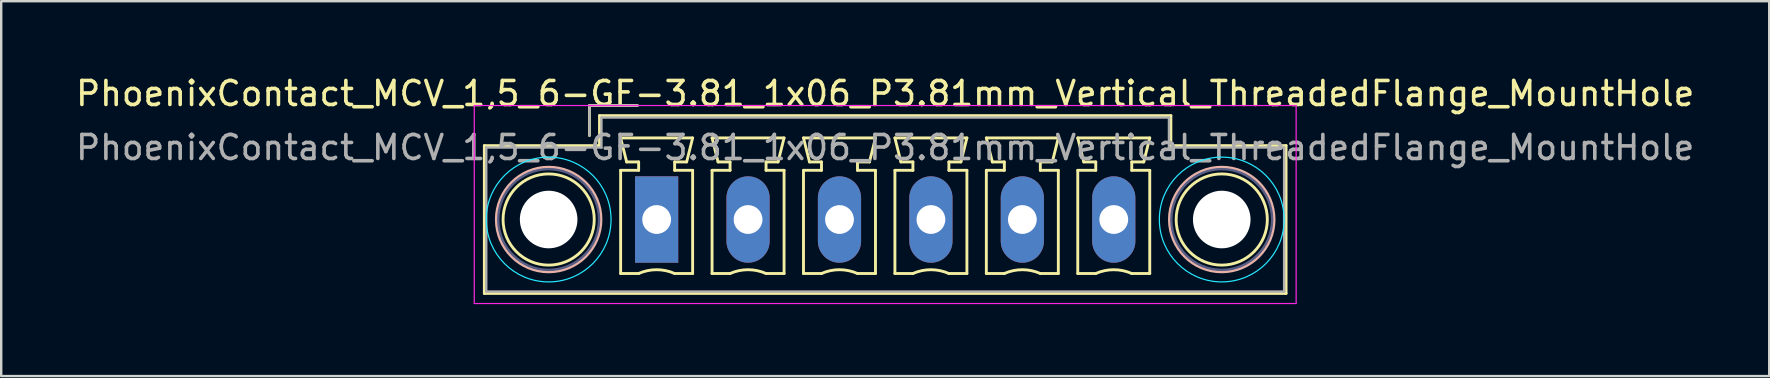
<source format=kicad_pcb>
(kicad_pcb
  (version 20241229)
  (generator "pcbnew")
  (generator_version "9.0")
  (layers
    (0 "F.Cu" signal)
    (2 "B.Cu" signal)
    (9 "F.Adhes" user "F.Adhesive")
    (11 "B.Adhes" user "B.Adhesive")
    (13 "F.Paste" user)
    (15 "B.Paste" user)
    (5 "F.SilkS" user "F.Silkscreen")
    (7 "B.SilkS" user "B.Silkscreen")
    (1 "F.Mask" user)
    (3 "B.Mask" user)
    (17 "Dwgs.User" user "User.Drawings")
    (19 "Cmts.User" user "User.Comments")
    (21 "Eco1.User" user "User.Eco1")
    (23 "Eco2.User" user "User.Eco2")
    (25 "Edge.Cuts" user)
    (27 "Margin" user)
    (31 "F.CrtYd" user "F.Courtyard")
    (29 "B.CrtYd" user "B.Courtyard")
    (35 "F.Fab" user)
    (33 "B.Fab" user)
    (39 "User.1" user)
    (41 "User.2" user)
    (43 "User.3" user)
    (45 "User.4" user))
  (footprint "PhoenixContact_MCV_1,5_6-GF-3.81_1x06_P3.81mm_Vertical_ThreadedFlange_MountHole"
    (layer "F.Cu")
    (at 24.314 6.098)
    (property "Reference" "PhoenixContact_MCV_1,5_6-GF-3.81_1x06_P3.81mm_Vertical_ThreadedFlange_MountHole" (at 9.525 -5.25 0) (layer "F.SilkS") (effects (font (size 1 1) (thickness 0.15))))
    (attr through_hole)
    (fp_line (start -7.18 -3.08) (end -7.18 3.08) (stroke (width 0.12) (type solid)) (layer "F.SilkS"))
    (fp_line (start -7.18 3.08) (end 26.23 3.08) (stroke (width 0.12) (type solid)) (layer "F.SilkS"))
    (fp_line (start -2.8 -4.75) (end -0.8 -4.75) (stroke (width 0.12) (type solid)) (layer "F.SilkS"))
    (fp_line (start -2.8 -3.5) (end -2.8 -4.75) (stroke (width 0.12) (type solid)) (layer "F.SilkS"))
    (fp_line (start -2.38 -4.33) (end -2.38 -3.08) (stroke (width 0.12) (type solid)) (layer "F.SilkS"))
    (fp_line (start -2.38 -3.08) (end -7.18 -3.08) (stroke (width 0.12) (type solid)) (layer "F.SilkS"))
    (fp_line (start -1.5 -3.4) (end 1.5 -3.4) (stroke (width 0.12) (type solid)) (layer "F.SilkS"))
    (fp_line (start -1.5 -2.05) (end -0.75 -2.05) (stroke (width 0.12) (type solid)) (layer "F.SilkS"))
    (fp_line (start -1.5 2.25) (end -1.5 -2.05) (stroke (width 0.12) (type solid)) (layer "F.SilkS"))
    (fp_line (start -1.25 -2.4) (end -1.5 -3.4) (stroke (width 0.12) (type solid)) (layer "F.SilkS"))
    (fp_line (start -0.75 -2.4) (end -1.25 -2.4) (stroke (width 0.12) (type solid)) (layer "F.SilkS"))
    (fp_line (start -0.75 -2.05) (end -0.75 -2.4) (stroke (width 0.12) (type solid)) (layer "F.SilkS"))
    (fp_line (start -0.75 2.25) (end -1.5 2.25) (stroke (width 0.12) (type solid)) (layer "F.SilkS"))
    (fp_line (start 0.75 -2.4) (end 0.75 -2.05) (stroke (width 0.12) (type solid)) (layer "F.SilkS"))
    (fp_line (start 0.75 -2.05) (end 1.5 -2.05) (stroke (width 0.12) (type solid)) (layer "F.SilkS"))
    (fp_line (start 1.25 -2.4) (end 0.75 -2.4) (stroke (width 0.12) (type solid)) (layer "F.SilkS"))
    (fp_line (start 1.5 -3.4) (end 1.25 -2.4) (stroke (width 0.12) (type solid)) (layer "F.SilkS"))
    (fp_line (start 1.5 -2.05) (end 1.5 2.25) (stroke (width 0.12) (type solid)) (layer "F.SilkS"))
    (fp_line (start 1.5 2.25) (end 0.75 2.25) (stroke (width 0.12) (type solid)) (layer "F.SilkS"))
    (fp_line (start 2.31 -3.4) (end 5.31 -3.4) (stroke (width 0.12) (type solid)) (layer "F.SilkS"))
    (fp_line (start 2.31 -2.05) (end 3.06 -2.05) (stroke (width 0.12) (type solid)) (layer "F.SilkS"))
    (fp_line (start 2.31 2.25) (end 2.31 -2.05) (stroke (width 0.12) (type solid)) (layer "F.SilkS"))
    (fp_line (start 2.56 -2.4) (end 2.31 -3.4) (stroke (width 0.12) (type solid)) (layer "F.SilkS"))
    (fp_line (start 3.06 -2.4) (end 2.56 -2.4) (stroke (width 0.12) (type solid)) (layer "F.SilkS"))
    (fp_line (start 3.06 -2.05) (end 3.06 -2.4) (stroke (width 0.12) (type solid)) (layer "F.SilkS"))
    (fp_line (start 3.06 2.25) (end 2.31 2.25) (stroke (width 0.12) (type solid)) (layer "F.SilkS"))
    (fp_line (start 4.56 -2.4) (end 4.56 -2.05) (stroke (width 0.12) (type solid)) (layer "F.SilkS"))
    (fp_line (start 4.56 -2.05) (end 5.31 -2.05) (stroke (width 0.12) (type solid)) (layer "F.SilkS"))
    (fp_line (start 5.06 -2.4) (end 4.56 -2.4) (stroke (width 0.12) (type solid)) (layer "F.SilkS"))
    (fp_line (start 5.31 -3.4) (end 5.06 -2.4) (stroke (width 0.12) (type solid)) (layer "F.SilkS"))
    (fp_line (start 5.31 -2.05) (end 5.31 2.25) (stroke (width 0.12) (type solid)) (layer "F.SilkS"))
    (fp_line (start 5.31 2.25) (end 4.56 2.25) (stroke (width 0.12) (type solid)) (layer "F.SilkS"))
    (fp_line (start 6.12 -3.4) (end 9.12 -3.4) (stroke (width 0.12) (type solid)) (layer "F.SilkS"))
    (fp_line (start 6.12 -2.05) (end 6.87 -2.05) (stroke (width 0.12) (type solid)) (layer "F.SilkS"))
    (fp_line (start 6.12 2.25) (end 6.12 -2.05) (stroke (width 0.12) (type solid)) (layer "F.SilkS"))
    (fp_line (start 6.37 -2.4) (end 6.12 -3.4) (stroke (width 0.12) (type solid)) (layer "F.SilkS"))
    (fp_line (start 6.87 -2.4) (end 6.37 -2.4) (stroke (width 0.12) (type solid)) (layer "F.SilkS"))
    (fp_line (start 6.87 -2.05) (end 6.87 -2.4) (stroke (width 0.12) (type solid)) (layer "F.SilkS"))
    (fp_line (start 6.87 2.25) (end 6.12 2.25) (stroke (width 0.12) (type solid)) (layer "F.SilkS"))
    (fp_line (start 8.37 -2.4) (end 8.37 -2.05) (stroke (width 0.12) (type solid)) (layer "F.SilkS"))
    (fp_line (start 8.37 -2.05) (end 9.12 -2.05) (stroke (width 0.12) (type solid)) (layer "F.SilkS"))
    (fp_line (start 8.87 -2.4) (end 8.37 -2.4) (stroke (width 0.12) (type solid)) (layer "F.SilkS"))
    (fp_line (start 9.12 -3.4) (end 8.87 -2.4) (stroke (width 0.12) (type solid)) (layer "F.SilkS"))
    (fp_line (start 9.12 -2.05) (end 9.12 2.25) (stroke (width 0.12) (type solid)) (layer "F.SilkS"))
    (fp_line (start 9.12 2.25) (end 8.37 2.25) (stroke (width 0.12) (type solid)) (layer "F.SilkS"))
    (fp_line (start 9.93 -3.4) (end 12.93 -3.4) (stroke (width 0.12) (type solid)) (layer "F.SilkS"))
    (fp_line (start 9.93 -2.05) (end 10.68 -2.05) (stroke (width 0.12) (type solid)) (layer "F.SilkS"))
    (fp_line (start 9.93 2.25) (end 9.93 -2.05) (stroke (width 0.12) (type solid)) (layer "F.SilkS"))
    (fp_line (start 10.18 -2.4) (end 9.93 -3.4) (stroke (width 0.12) (type solid)) (layer "F.SilkS"))
    (fp_line (start 10.68 -2.4) (end 10.18 -2.4) (stroke (width 0.12) (type solid)) (layer "F.SilkS"))
    (fp_line (start 10.68 -2.05) (end 10.68 -2.4) (stroke (width 0.12) (type solid)) (layer "F.SilkS"))
    (fp_line (start 10.68 2.25) (end 9.93 2.25) (stroke (width 0.12) (type solid)) (layer "F.SilkS"))
    (fp_line (start 12.18 -2.4) (end 12.18 -2.05) (stroke (width 0.12) (type solid)) (layer "F.SilkS"))
    (fp_line (start 12.18 -2.05) (end 12.93 -2.05) (stroke (width 0.12) (type solid)) (layer "F.SilkS"))
    (fp_line (start 12.68 -2.4) (end 12.18 -2.4) (stroke (width 0.12) (type solid)) (layer "F.SilkS"))
    (fp_line (start 12.93 -3.4) (end 12.68 -2.4) (stroke (width 0.12) (type solid)) (layer "F.SilkS"))
    (fp_line (start 12.93 -2.05) (end 12.93 2.25) (stroke (width 0.12) (type solid)) (layer "F.SilkS"))
    (fp_line (start 12.93 2.25) (end 12.18 2.25) (stroke (width 0.12) (type solid)) (layer "F.SilkS"))
    (fp_line (start 13.74 -3.4) (end 16.74 -3.4) (stroke (width 0.12) (type solid)) (layer "F.SilkS"))
    (fp_line (start 13.74 -2.05) (end 14.49 -2.05) (stroke (width 0.12) (type solid)) (layer "F.SilkS"))
    (fp_line (start 13.74 2.25) (end 13.74 -2.05) (stroke (width 0.12) (type solid)) (layer "F.SilkS"))
    (fp_line (start 13.99 -2.4) (end 13.74 -3.4) (stroke (width 0.12) (type solid)) (layer "F.SilkS"))
    (fp_line (start 14.49 -2.4) (end 13.99 -2.4) (stroke (width 0.12) (type solid)) (layer "F.SilkS"))
    (fp_line (start 14.49 -2.05) (end 14.49 -2.4) (stroke (width 0.12) (type solid)) (layer "F.SilkS"))
    (fp_line (start 14.49 2.25) (end 13.74 2.25) (stroke (width 0.12) (type solid)) (layer "F.SilkS"))
    (fp_line (start 15.99 -2.4) (end 15.99 -2.05) (stroke (width 0.12) (type solid)) (layer "F.SilkS"))
    (fp_line (start 15.99 -2.05) (end 16.74 -2.05) (stroke (width 0.12) (type solid)) (layer "F.SilkS"))
    (fp_line (start 16.49 -2.4) (end 15.99 -2.4) (stroke (width 0.12) (type solid)) (layer "F.SilkS"))
    (fp_line (start 16.74 -3.4) (end 16.49 -2.4) (stroke (width 0.12) (type solid)) (layer "F.SilkS"))
    (fp_line (start 16.74 -2.05) (end 16.74 2.25) (stroke (width 0.12) (type solid)) (layer "F.SilkS"))
    (fp_line (start 16.74 2.25) (end 15.99 2.25) (stroke (width 0.12) (type solid)) (layer "F.SilkS"))
    (fp_line (start 17.55 -3.4) (end 20.55 -3.4) (stroke (width 0.12) (type solid)) (layer "F.SilkS"))
    (fp_line (start 17.55 -2.05) (end 18.3 -2.05) (stroke (width 0.12) (type solid)) (layer "F.SilkS"))
    (fp_line (start 17.55 2.25) (end 17.55 -2.05) (stroke (width 0.12) (type solid)) (layer "F.SilkS"))
    (fp_line (start 17.8 -2.4) (end 17.55 -3.4) (stroke (width 0.12) (type solid)) (layer "F.SilkS"))
    (fp_line (start 18.3 -2.4) (end 17.8 -2.4) (stroke (width 0.12) (type solid)) (layer "F.SilkS"))
    (fp_line (start 18.3 -2.05) (end 18.3 -2.4) (stroke (width 0.12) (type solid)) (layer "F.SilkS"))
    (fp_line (start 18.3 2.25) (end 17.55 2.25) (stroke (width 0.12) (type solid)) (layer "F.SilkS"))
    (fp_line (start 19.8 -2.4) (end 19.8 -2.05) (stroke (width 0.12) (type solid)) (layer "F.SilkS"))
    (fp_line (start 19.8 -2.05) (end 20.55 -2.05) (stroke (width 0.12) (type solid)) (layer "F.SilkS"))
    (fp_line (start 20.3 -2.4) (end 19.8 -2.4) (stroke (width 0.12) (type solid)) (layer "F.SilkS"))
    (fp_line (start 20.55 -3.4) (end 20.3 -2.4) (stroke (width 0.12) (type solid)) (layer "F.SilkS"))
    (fp_line (start 20.55 -2.05) (end 20.55 2.25) (stroke (width 0.12) (type solid)) (layer "F.SilkS"))
    (fp_line (start 20.55 2.25) (end 19.8 2.25) (stroke (width 0.12) (type solid)) (layer "F.SilkS"))
    (fp_line (start 21.43 -4.33) (end -2.38 -4.33) (stroke (width 0.12) (type solid)) (layer "F.SilkS"))
    (fp_line (start 21.43 -3.08) (end 21.43 -4.33) (stroke (width 0.12) (type solid)) (layer "F.SilkS"))
    (fp_line (start 26.23 -3.08) (end 21.43 -3.08) (stroke (width 0.12) (type solid)) (layer "F.SilkS"))
    (fp_line (start 26.23 3.08) (end 26.23 -3.08) (stroke (width 0.12) (type solid)) (layer "F.SilkS"))
    (fp_arc (start -0.75 2.25) (mid -0.000193 2.09191) (end 0.749647 2.249844) (stroke (width 0.12) (type solid)) (layer "F.SilkS"))
    (fp_arc (start 3.06 2.25) (mid 3.809807 2.09191) (end 4.559647 2.249844) (stroke (width 0.12) (type solid)) (layer "F.SilkS"))
    (fp_arc (start 6.87 2.25) (mid 7.619807 2.09191) (end 8.369647 2.249844) (stroke (width 0.12) (type solid)) (layer "F.SilkS"))
    (fp_arc (start 10.68 2.25) (mid 11.429807 2.09191) (end 12.179647 2.249844) (stroke (width 0.12) (type solid)) (layer "F.SilkS"))
    (fp_arc (start 14.49 2.25) (mid 15.239807 2.09191) (end 15.989647 2.249844) (stroke (width 0.12) (type solid)) (layer "F.SilkS"))
    (fp_arc (start 18.3 2.25) (mid 19.049807 2.09191) (end 19.799647 2.249844) (stroke (width 0.12) (type solid)) (layer "F.SilkS"))
    (fp_circle (center -4.5 0) (end -2.6 0) (stroke (width 0.12) (type solid)) (fill no) (layer "F.SilkS"))
    (fp_circle (center 23.55 0) (end 25.45 0) (stroke (width 0.12) (type solid)) (fill no) (layer "F.SilkS"))
    (fp_circle (center -4.5 0) (end -2.32 0) (stroke (width 0.12) (type solid)) (fill no) (layer "B.SilkS"))
    (fp_circle (center 23.55 0) (end 25.73 0) (stroke (width 0.12) (type solid)) (fill no) (layer "B.SilkS"))
    (fp_circle (center -4.5 0) (end -1.9 0) (stroke (width 0.05) (type solid)) (fill no) (layer "B.CrtYd"))
    (fp_circle (center 23.55 0) (end 26.15 0) (stroke (width 0.05) (type solid)) (fill no) (layer "B.CrtYd"))
    (fp_line (start -7.6 -4.75) (end -7.6 3.5) (stroke (width 0.05) (type solid)) (layer "F.CrtYd"))
    (fp_line (start -7.6 3.5) (end 26.65 3.5) (stroke (width 0.05) (type solid)) (layer "F.CrtYd"))
    (fp_line (start 26.65 -4.75) (end -7.6 -4.75) (stroke (width 0.05) (type solid)) (layer "F.CrtYd"))
    (fp_line (start 26.65 3.5) (end 26.65 -4.75) (stroke (width 0.05) (type solid)) (layer "F.CrtYd"))
    (fp_circle (center -4.5 0) (end -2.4 0) (stroke (width 0.1) (type solid)) (fill no) (layer "B.Fab"))
    (fp_circle (center 23.55 0) (end 25.65 0) (stroke (width 0.1) (type solid)) (fill no) (layer "B.Fab"))
    (fp_line (start -7.1 -3) (end -7.1 3) (stroke (width 0.1) (type solid)) (layer "F.Fab"))
    (fp_line (start -7.1 3) (end 26.15 3) (stroke (width 0.1) (type solid)) (layer "F.Fab"))
    (fp_line (start -2.8 -4.75) (end -0.8 -4.75) (stroke (width 0.1) (type solid)) (layer "F.Fab"))
    (fp_line (start -2.8 -3.5) (end -2.8 -4.75) (stroke (width 0.1) (type solid)) (layer "F.Fab"))
    (fp_line (start -2.3 -4.25) (end -2.3 -3) (stroke (width 0.1) (type solid)) (layer "F.Fab"))
    (fp_line (start -2.3 -3) (end -7.1 -3) (stroke (width 0.1) (type solid)) (layer "F.Fab"))
    (fp_line (start 21.35 -4.25) (end -2.3 -4.25) (stroke (width 0.1) (type solid)) (layer "F.Fab"))
    (fp_line (start 21.35 -3) (end 21.35 -4.25) (stroke (width 0.1) (type solid)) (layer "F.Fab"))
    (fp_line (start 26.15 -3) (end 21.35 -3) (stroke (width 0.1) (type solid)) (layer "F.Fab"))
    (fp_line (start 26.15 3) (end 26.15 -3) (stroke (width 0.1) (type solid)) (layer "F.Fab"))
    (fp_text user "${REFERENCE}" (at 9.525 -3 0) (layer "F.Fab") (effects (font (size 1 1) (thickness 0.15))))
    (pad "" np_thru_hole circle (at -4.5 0) (size 2.4 2.4) (drill 2.4) (layers "*.Cu" "*.Mask"))
    (pad "" np_thru_hole circle (at 23.55 0) (size 2.4 2.4) (drill 2.4) (layers "*.Cu" "*.Mask"))
    (pad "1" thru_hole rect (at 0 0) (size 1.8 3.6) (drill 1.2) (layers "*.Cu" "*.Mask"))
    (pad "2" thru_hole oval (at 3.81 0) (size 1.8 3.6) (drill 1.2) (layers "*.Cu" "*.Mask"))
    (pad "3" thru_hole oval (at 7.62 0) (size 1.8 3.6) (drill 1.2) (layers "*.Cu" "*.Mask"))
    (pad "4" thru_hole oval (at 11.43 0) (size 1.8 3.6) (drill 1.2) (layers "*.Cu" "*.Mask"))
    (pad "5" thru_hole oval (at 15.24 0) (size 1.8 3.6) (drill 1.2) (layers "*.Cu" "*.Mask"))
    (pad "6" thru_hole oval (at 19.05 0) (size 1.8 3.6) (drill 1.2) (layers "*.Cu" "*.Mask")))
  (gr_rect
    (start -3 -3)
    (end 70.679 12.623)
    (stroke (width 0.1) (type default))
    (fill no)
    (layer "Edge.Cuts")))
</source>
